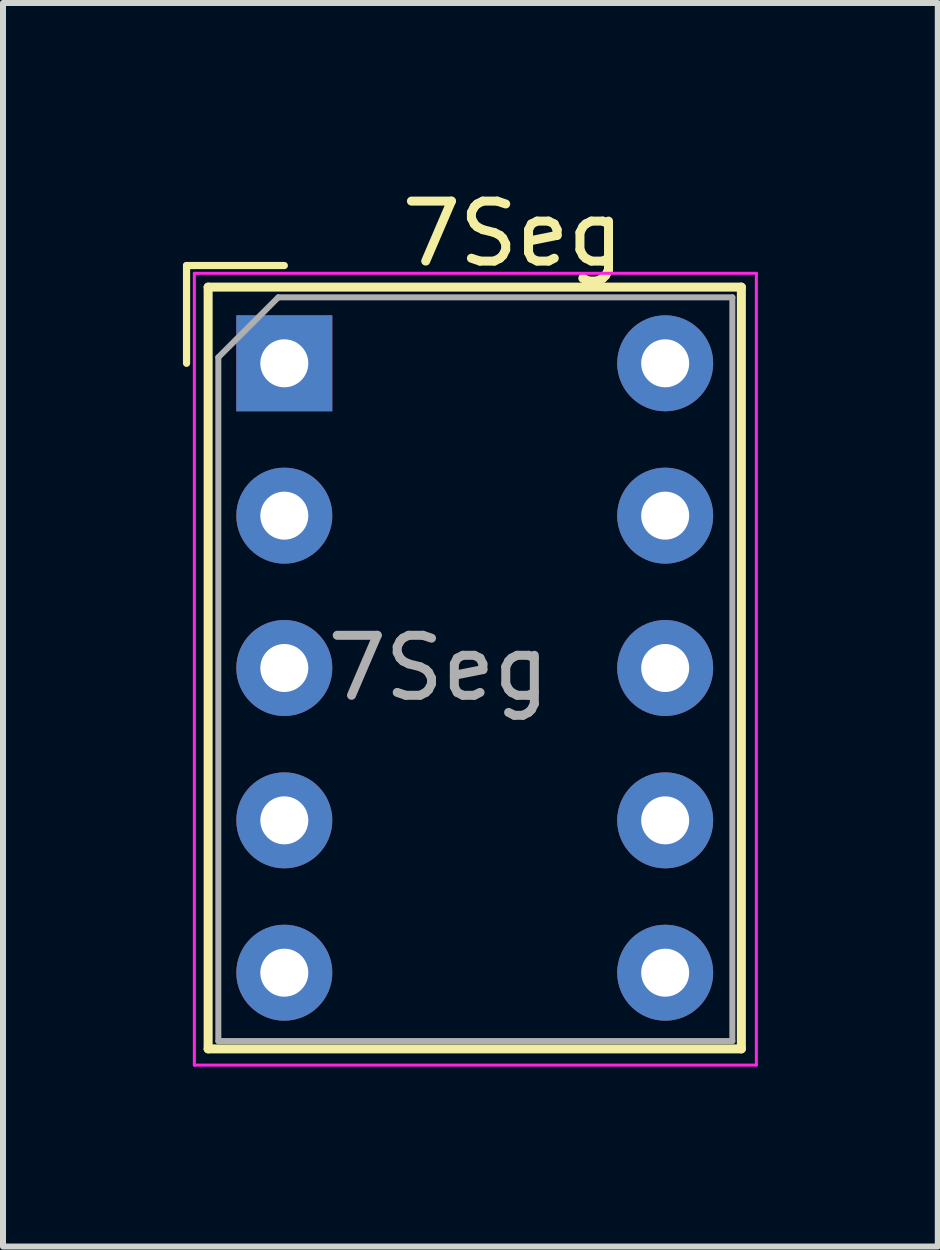
<source format=kicad_pcb>
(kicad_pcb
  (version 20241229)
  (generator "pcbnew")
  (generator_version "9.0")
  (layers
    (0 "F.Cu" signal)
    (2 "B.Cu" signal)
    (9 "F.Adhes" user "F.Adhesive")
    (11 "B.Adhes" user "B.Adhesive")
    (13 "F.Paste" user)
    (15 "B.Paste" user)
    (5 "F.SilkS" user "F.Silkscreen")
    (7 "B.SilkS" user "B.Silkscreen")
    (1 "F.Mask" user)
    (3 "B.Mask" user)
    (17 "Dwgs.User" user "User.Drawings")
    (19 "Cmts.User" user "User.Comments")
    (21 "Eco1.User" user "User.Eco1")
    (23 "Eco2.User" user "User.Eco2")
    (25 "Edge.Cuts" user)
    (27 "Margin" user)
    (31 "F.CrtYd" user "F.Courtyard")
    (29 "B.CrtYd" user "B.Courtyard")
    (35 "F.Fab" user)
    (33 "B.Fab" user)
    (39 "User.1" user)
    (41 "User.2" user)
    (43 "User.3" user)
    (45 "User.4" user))
  (footprint "7Seg"
    (layer "F.Cu")
    (at 1.69 3.007)
    (property "Reference" "7Seg" (at 3.81 -2.159 0) (layer "F.SilkS") (effects (font (size 1 1) (thickness 0.15))))
    (attr through_hole)
    (fp_line (start -1.63 -1.63) (end 0 -1.63) (stroke (width 0.12) (type solid)) (layer "F.SilkS"))
    (fp_line (start -1.63 0) (end -1.63 -1.63) (stroke (width 0.12) (type solid)) (layer "F.SilkS"))
    (fp_line (start -1.27 -1.27) (end -1.27 11.43) (stroke (width 0.15) (type solid)) (layer "F.SilkS"))
    (fp_line (start -1.27 11.43) (end 7.62 11.43) (stroke (width 0.15) (type solid)) (layer "F.SilkS"))
    (fp_line (start 7.62 -1.27) (end -1.27 -1.27) (stroke (width 0.15) (type solid)) (layer "F.SilkS"))
    (fp_line (start 7.62 11.43) (end 7.62 -1.27) (stroke (width 0.15) (type solid)) (layer "F.SilkS"))
    (fp_line (start -1.5 -1.5) (end 7.87 -1.5) (stroke (width 0.05) (type solid)) (layer "F.CrtYd"))
    (fp_line (start -1.5 11.7) (end -1.5 -1.5) (stroke (width 0.05) (type solid)) (layer "F.CrtYd"))
    (fp_line (start 7.87 -1.5) (end 7.87 11.7) (stroke (width 0.05) (type solid)) (layer "F.CrtYd"))
    (fp_line (start 7.87 11.7) (end -1.5 11.7) (stroke (width 0.05) (type solid)) (layer "F.CrtYd"))
    (fp_line (start -1.1 -0.1) (end -0.1 -1.1) (stroke (width 0.1) (type solid)) (layer "F.Fab"))
    (fp_line (start -1.1 11.3) (end -1.1 -0.1) (stroke (width 0.1) (type solid)) (layer "F.Fab"))
    (fp_line (start -0.1 -1.1) (end 7.47 -1.1) (stroke (width 0.1) (type solid)) (layer "F.Fab"))
    (fp_line (start 7.47 -1.1) (end 7.47 11.3) (stroke (width 0.1) (type solid)) (layer "F.Fab"))
    (fp_line (start 7.47 11.3) (end -1.1 11.3) (stroke (width 0.1) (type solid)) (layer "F.Fab"))
    (fp_text user "${REFERENCE}" (at 2.573 5.08 0) (layer "F.Fab") (effects (font (size 1 1) (thickness 0.15))))
    (pad "1" thru_hole rect (at 0 0) (size 1.6 1.6) (drill 0.8) (layers "*.Cu" "*.Mask"))
    (pad "2" thru_hole circle (at 0 2.54) (size 1.6 1.6) (drill 0.8) (layers "*.Cu" "*.Mask"))
    (pad "3" thru_hole circle (at 0 5.08) (size 1.6 1.6) (drill 0.8) (layers "*.Cu" "*.Mask"))
    (pad "4" thru_hole circle (at 0 7.62) (size 1.6 1.6) (drill 0.8) (layers "*.Cu" "*.Mask"))
    (pad "5" thru_hole circle (at 0 10.16) (size 1.6 1.6) (drill 0.8) (layers "*.Cu" "*.Mask"))
    (pad "6" thru_hole circle (at 6.35 10.16) (size 1.6 1.6) (drill 0.8) (layers "*.Cu" "*.Mask"))
    (pad "7" thru_hole circle (at 6.35 7.62) (size 1.6 1.6) (drill 0.8) (layers "*.Cu" "*.Mask"))
    (pad "8" thru_hole circle (at 6.35 5.08) (size 1.6 1.6) (drill 0.8) (layers "*.Cu" "*.Mask"))
    (pad "9" thru_hole circle (at 6.35 2.54) (size 1.6 1.6) (drill 0.8) (layers "*.Cu" "*.Mask"))
    (pad "10" thru_hole circle (at 6.35 0) (size 1.6 1.6) (drill 0.8) (layers "*.Cu" "*.Mask")))
  (gr_rect
    (start -3 -3)
    (end 12.585 17.732)
    (stroke (width 0.1) (type default))
    (fill no)
    (layer "Edge.Cuts")))
</source>
